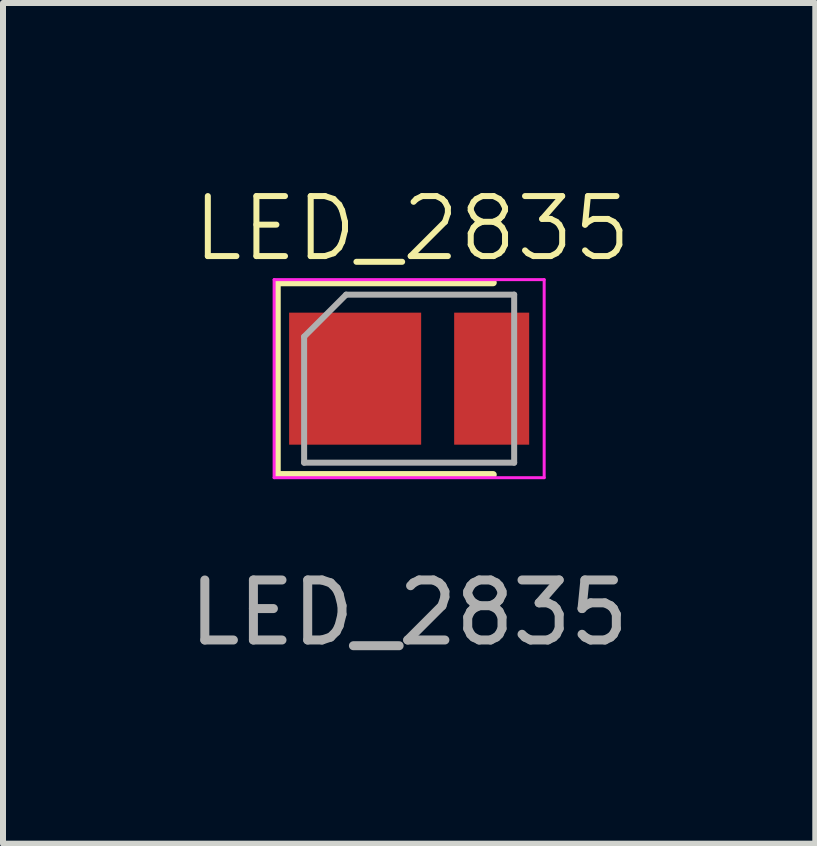
<source format=kicad_pcb>
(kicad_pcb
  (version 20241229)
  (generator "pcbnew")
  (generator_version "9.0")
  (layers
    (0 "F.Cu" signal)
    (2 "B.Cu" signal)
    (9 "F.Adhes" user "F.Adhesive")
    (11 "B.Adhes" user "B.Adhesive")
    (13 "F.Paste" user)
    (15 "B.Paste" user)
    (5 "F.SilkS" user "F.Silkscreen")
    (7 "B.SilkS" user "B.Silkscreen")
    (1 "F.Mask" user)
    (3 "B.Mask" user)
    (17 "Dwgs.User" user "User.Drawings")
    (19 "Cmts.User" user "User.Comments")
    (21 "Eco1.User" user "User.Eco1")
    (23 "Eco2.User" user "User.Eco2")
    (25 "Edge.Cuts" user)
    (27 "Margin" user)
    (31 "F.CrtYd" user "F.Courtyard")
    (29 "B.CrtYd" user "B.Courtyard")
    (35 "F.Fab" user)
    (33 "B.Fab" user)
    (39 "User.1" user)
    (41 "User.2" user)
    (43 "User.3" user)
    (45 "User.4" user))
  (footprint "LED_2835"
    (layer "F.Cu")
    (at 3.768 3.26)
    (property "Reference" "LED_2835" (at 0.05 -2.5 0) (unlocked yes) (layer "F.SilkS") (effects (font (size 1 1) (thickness 0.1))))
    (attr smd)
    (fp_line (start -2.2 -1.6) (end -2.2 1.6) (stroke (width 0.12) (type solid)) (layer "F.SilkS"))
    (fp_line (start 1.4 -1.6) (end -2.2 -1.6) (stroke (width 0.12) (type solid)) (layer "F.SilkS"))
    (fp_line (start 1.4 1.6) (end -2.2 1.6) (stroke (width 0.12) (type solid)) (layer "F.SilkS"))
    (fp_line (start -2.25 -1.65) (end 2.25 -1.65) (stroke (width 0.05) (type solid)) (layer "F.CrtYd"))
    (fp_line (start -2.25 1.65) (end -2.25 -1.65) (stroke (width 0.05) (type solid)) (layer "F.CrtYd"))
    (fp_line (start 2.25 -1.65) (end 2.25 1.65) (stroke (width 0.05) (type solid)) (layer "F.CrtYd"))
    (fp_line (start 2.25 1.65) (end -2.25 1.65) (stroke (width 0.05) (type solid)) (layer "F.CrtYd"))
    (fp_line (start -1.75 1.4) (end -1.75 -0.7) (stroke (width 0.1) (type solid)) (layer "F.Fab"))
    (fp_line (start -1.05 -1.4) (end -1.75 -0.7) (stroke (width 0.1) (type solid)) (layer "F.Fab"))
    (fp_line (start -1.05 -1.4) (end 1.75 -1.4) (stroke (width 0.1) (type solid)) (layer "F.Fab"))
    (fp_line (start 1.75 -1.4) (end 1.75 1.4) (stroke (width 0.1) (type solid)) (layer "F.Fab"))
    (fp_line (start 1.75 1.4) (end -1.75 1.4) (stroke (width 0.1) (type solid)) (layer "F.Fab"))
    (fp_text user "${REFERENCE}" (at 0 3.9 0) (unlocked yes) (layer "F.Fab") (effects (font (size 1 1) (thickness 0.15))))
    (pad "1" smd rect (at -0.9 0) (size 2.2 2.2) (layers "F.Cu" "F.Mask" "F.Paste"))
    (pad "2" smd rect (at 1.375 0) (size 1.25 2.2) (layers "F.Cu" "F.Mask" "F.Paste")))
  (gr_rect
    (start -3 -3)
    (end 10.536 11.009)
    (stroke (width 0.1) (type default))
    (fill no)
    (layer "Edge.Cuts")))
</source>
